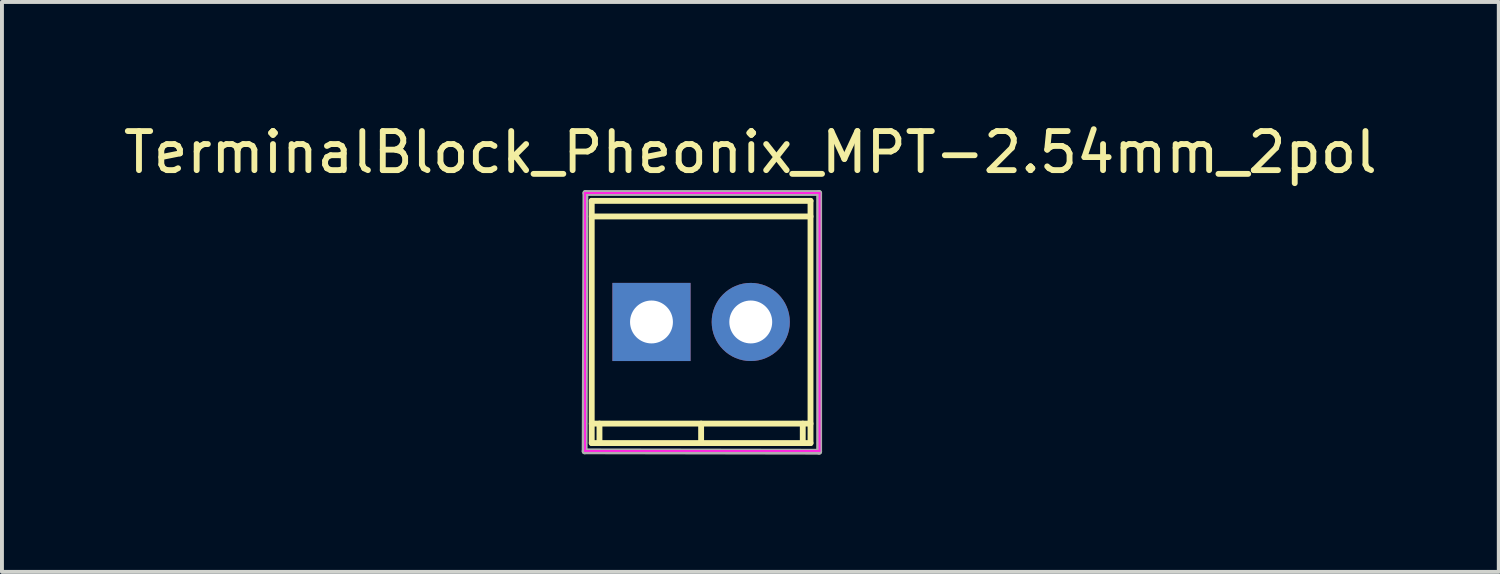
<source format=kicad_pcb>
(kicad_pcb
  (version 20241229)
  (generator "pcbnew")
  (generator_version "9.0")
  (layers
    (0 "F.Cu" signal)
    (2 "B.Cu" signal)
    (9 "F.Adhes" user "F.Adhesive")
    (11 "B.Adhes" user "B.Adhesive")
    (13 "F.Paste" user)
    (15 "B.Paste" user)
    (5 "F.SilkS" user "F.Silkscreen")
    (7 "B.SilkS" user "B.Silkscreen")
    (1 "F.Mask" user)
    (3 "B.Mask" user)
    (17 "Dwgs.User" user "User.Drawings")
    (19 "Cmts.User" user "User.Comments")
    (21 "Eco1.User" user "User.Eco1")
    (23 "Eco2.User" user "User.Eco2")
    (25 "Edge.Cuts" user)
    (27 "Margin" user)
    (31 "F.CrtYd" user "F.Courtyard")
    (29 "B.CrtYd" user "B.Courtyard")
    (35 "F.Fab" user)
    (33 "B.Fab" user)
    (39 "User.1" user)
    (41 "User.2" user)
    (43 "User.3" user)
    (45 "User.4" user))
  (footprint "TerminalBlock_Pheonix_MPT-2.54mm_2pol"
    (layer "F.Cu")
    (at 13.619 5.188)
    (property "Reference" "TerminalBlock_Pheonix_MPT-2.54mm_2pol" (at 2.53 -4.34 0) (layer "F.SilkS") (effects (font (size 1 1) (thickness 0.15))))
    (attr through_hole)
    (fp_line (start -1.529 -3.099) (end -1.529 3.099) (stroke (width 0.15) (type solid)) (layer "F.SilkS"))
    (fp_line (start -1.529 -2.7) (end 4.069 -2.7) (stroke (width 0.15) (type solid)) (layer "F.SilkS"))
    (fp_line (start -1.529 3.099) (end 4.069 3.099) (stroke (width 0.15) (type solid)) (layer "F.SilkS"))
    (fp_line (start -1.331 3.099) (end -1.331 2.601) (stroke (width 0.15) (type solid)) (layer "F.SilkS"))
    (fp_line (start 1.27 3.099) (end 1.27 2.601) (stroke (width 0.15) (type solid)) (layer "F.SilkS"))
    (fp_line (start 3.871 2.601) (end 3.871 3.099) (stroke (width 0.15) (type solid)) (layer "F.SilkS"))
    (fp_line (start 4.069 -3.099) (end -1.529 -3.099) (stroke (width 0.15) (type solid)) (layer "F.SilkS"))
    (fp_line (start 4.069 2.601) (end -1.529 2.601) (stroke (width 0.15) (type solid)) (layer "F.SilkS"))
    (fp_line (start 4.069 3.099) (end 4.069 -3.099) (stroke (width 0.15) (type solid)) (layer "F.SilkS"))
    (fp_line (start -1.7 -3.3) (end 4.3 -3.3) (stroke (width 0.05) (type solid)) (layer "F.CrtYd"))
    (fp_line (start -1.7 3.3) (end -1.7 -3.3) (stroke (width 0.05) (type solid)) (layer "F.CrtYd"))
    (fp_line (start 4.3 -3.3) (end 4.3 3.3) (stroke (width 0.05) (type solid)) (layer "F.CrtYd"))
    (fp_line (start 4.3 3.3) (end -1.7 3.3) (stroke (width 0.05) (type solid)) (layer "F.CrtYd"))
    (fp_line (start -1.71 3.31) (end -1.69 -3.3) (stroke (width 0.15) (type solid)) (layer "F.Fab"))
    (fp_line (start -1.69 -3.3) (end 4.29 -3.3) (stroke (width 0.15) (type solid)) (layer "F.Fab"))
    (fp_line (start 4.29 -3.3) (end 4.29 3.32) (stroke (width 0.15) (type solid)) (layer "F.Fab"))
    (fp_line (start 4.29 3.32) (end -1.71 3.31) (stroke (width 0.15) (type solid)) (layer "F.Fab"))
    (pad "1" thru_hole rect (at 0 0) (size 1.999 1.999) (drill 1.097) (layers "*.Cu" "*.Mask"))
    (pad "2" thru_hole oval (at 2.54 0) (size 1.999 1.999) (drill 1.097) (layers "*.Cu" "*.Mask")))
  (gr_rect
    (start -3 -3)
    (end 35.298 11.583)
    (stroke (width 0.1) (type default))
    (fill no)
    (layer "Edge.Cuts")))
</source>
